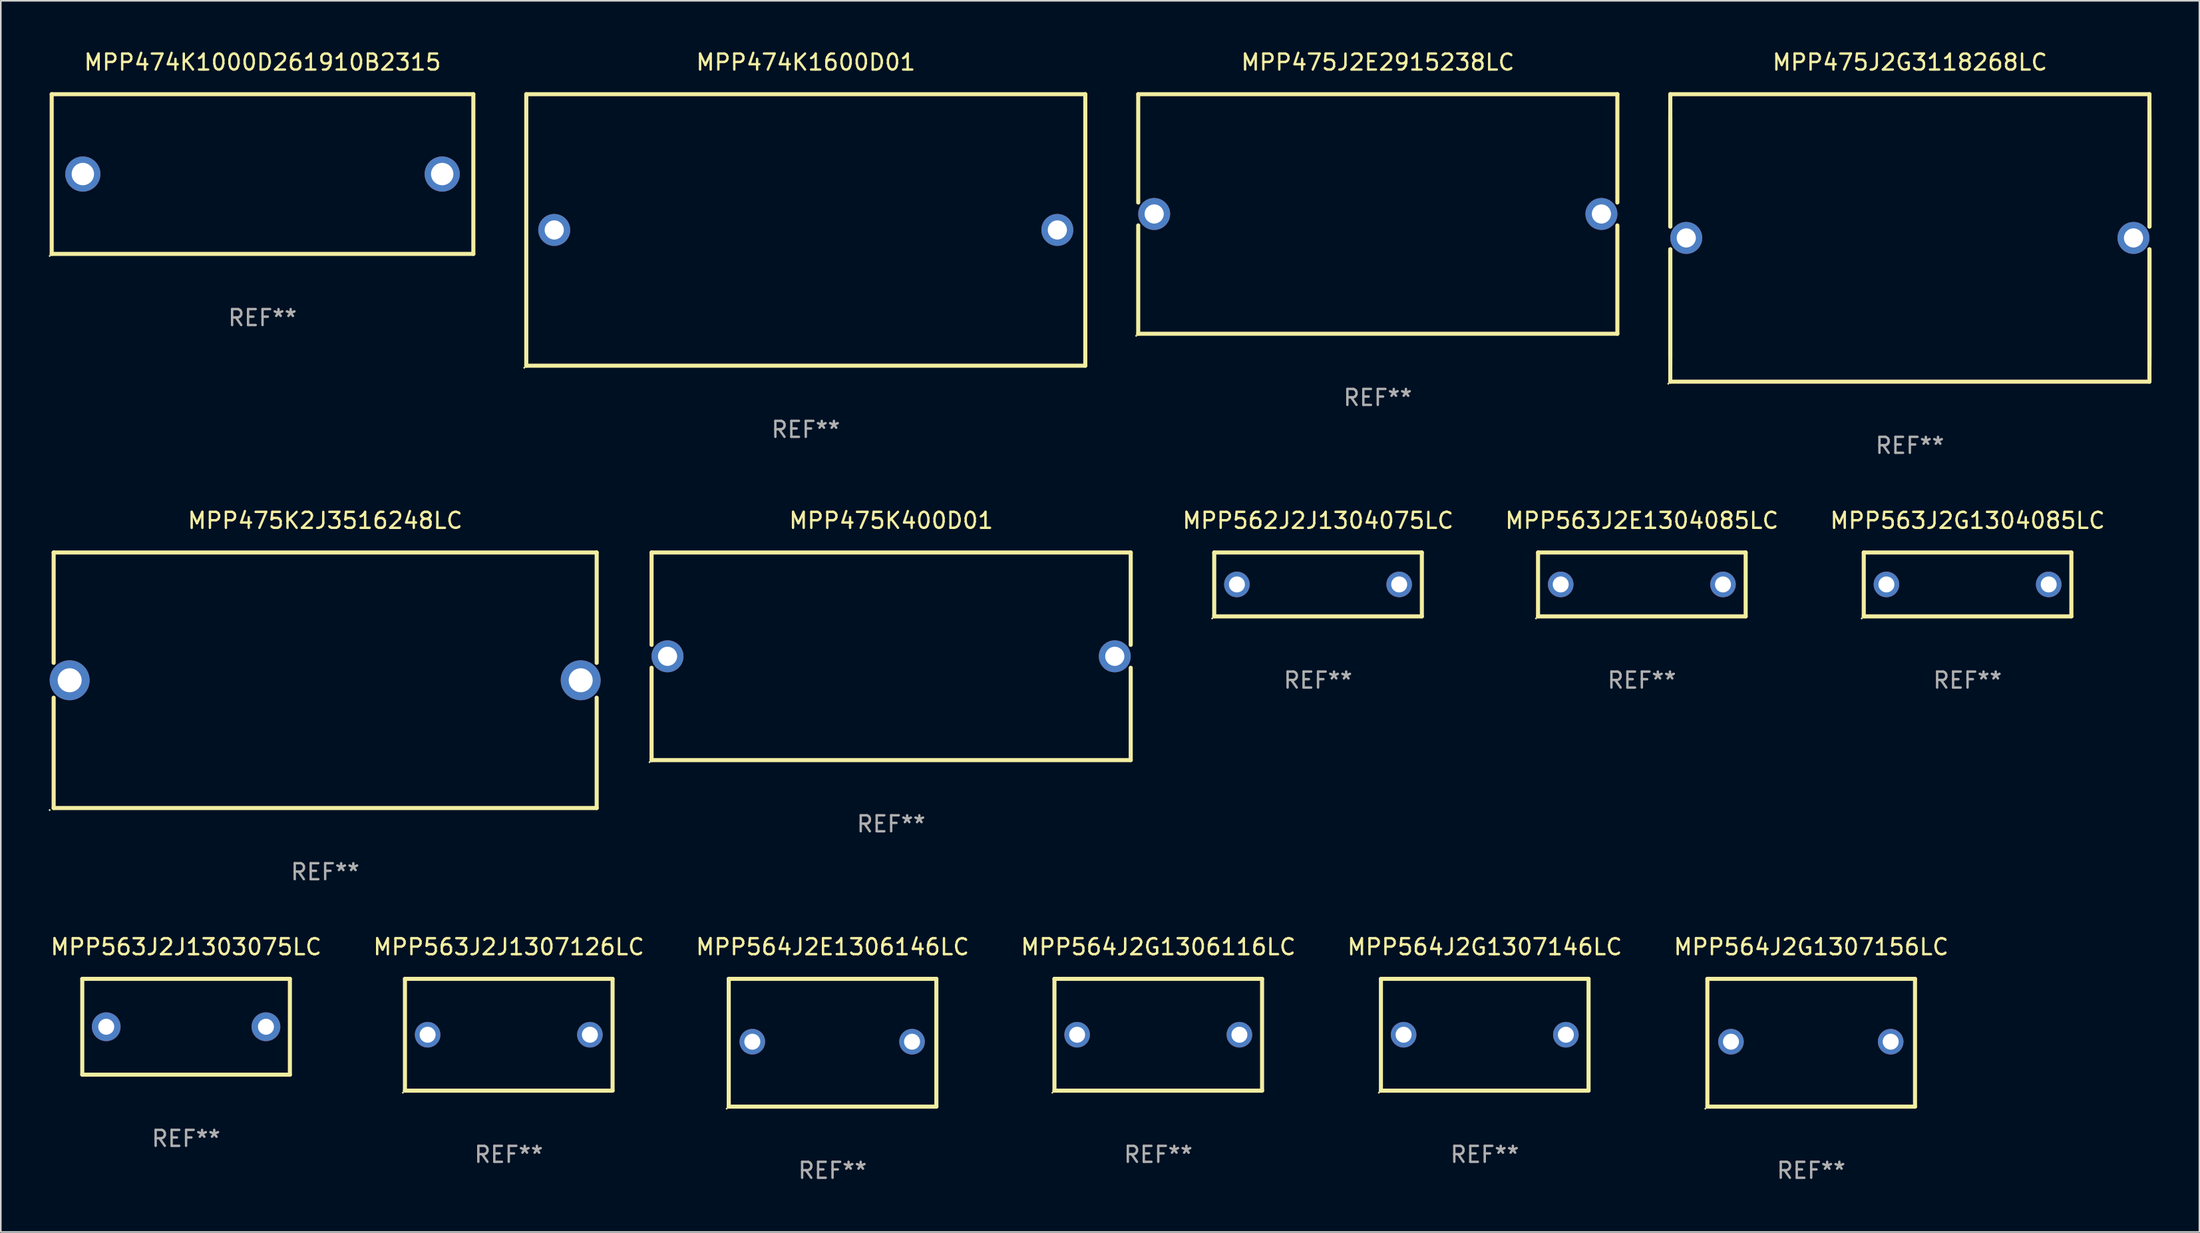
<source format=kicad_pcb>
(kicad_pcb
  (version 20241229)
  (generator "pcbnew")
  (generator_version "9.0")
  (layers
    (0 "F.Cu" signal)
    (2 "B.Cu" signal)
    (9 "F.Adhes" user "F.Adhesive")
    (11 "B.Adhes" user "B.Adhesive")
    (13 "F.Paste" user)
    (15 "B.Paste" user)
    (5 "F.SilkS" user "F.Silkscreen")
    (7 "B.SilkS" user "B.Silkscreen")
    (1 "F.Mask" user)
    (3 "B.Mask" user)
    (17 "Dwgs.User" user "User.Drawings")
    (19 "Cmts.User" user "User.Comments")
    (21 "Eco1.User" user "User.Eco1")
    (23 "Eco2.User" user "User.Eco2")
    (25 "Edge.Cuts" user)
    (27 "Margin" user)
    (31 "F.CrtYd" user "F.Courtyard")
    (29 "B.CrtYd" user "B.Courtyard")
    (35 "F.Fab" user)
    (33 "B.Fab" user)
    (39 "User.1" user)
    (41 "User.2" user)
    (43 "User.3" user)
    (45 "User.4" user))
  (footprint "MPP564J2G1307146LC"
    (layer "F.Cu")
    (at 89.911 61.741)
    (property "Reference" "MPP564J2G1307146LC" (at 0 -5.5 0) (layer "F.SilkS") (effects (font (size 1 1) (thickness 0.15))))
    (attr through_hole)
    (fp_line (start -6.5 -3.5) (end 6.5 -3.5) (stroke (width 0.254) (type solid)) (layer "F.SilkS"))
    (fp_line (start -6.5 3.5) (end -6.5 -3.5) (stroke (width 0.254) (type solid)) (layer "F.SilkS"))
    (fp_line (start 6.5 -3.5) (end 6.5 3.5) (stroke (width 0.254) (type solid)) (layer "F.SilkS"))
    (fp_line (start 6.5 3.5) (end -6.5 3.5) (stroke (width 0.254) (type solid)) (layer "F.SilkS"))
    (fp_circle (center -6.627 3.627) (end -6.597 3.627) (stroke (width 0.06) (type solid)) (fill no) (layer "F.SilkS"))
    (fp_text user "REF**" (at 0 7.5 0) (layer "F.Fab") (effects (font (size 1 1) (thickness 0.15))))
    (pad "1" thru_hole circle (at -5.08 -0.000127) (size 1.6 1.6) (drill 1) (layers "*.Cu" "*.Mask"))
    (pad "2" thru_hole circle (at 5.08 -0.000127) (size 1.6 1.6) (drill 1) (layers "*.Cu" "*.Mask")))
  (footprint "MPP563J2E1304085LC"
    (layer "F.Cu")
    (at 99.748 33.545)
    (property "Reference" "MPP563J2E1304085LC" (at 0 -4 0) (layer "F.SilkS") (effects (font (size 1 1) (thickness 0.15))))
    (attr through_hole)
    (fp_line (start -6.5 -2) (end 6.5 -2) (stroke (width 0.254) (type solid)) (layer "F.SilkS"))
    (fp_line (start -6.5 2) (end -6.5 -2) (stroke (width 0.254) (type solid)) (layer "F.SilkS"))
    (fp_line (start 6.5 -2) (end 6.5 2) (stroke (width 0.254) (type solid)) (layer "F.SilkS"))
    (fp_line (start 6.5 2) (end -6.5 2) (stroke (width 0.254) (type solid)) (layer "F.SilkS"))
    (fp_circle (center -6.627 2.127) (end -6.597 2.127) (stroke (width 0.06) (type solid)) (fill no) (layer "F.SilkS"))
    (fp_text user "REF**" (at 0 6 0) (layer "F.Fab") (effects (font (size 1 1) (thickness 0.15))))
    (pad "1" thru_hole circle (at -5.08 0) (size 1.6 1.6) (drill 1) (layers "*.Cu" "*.Mask"))
    (pad "2" thru_hole circle (at 5.08 0) (size 1.6 1.6) (drill 1) (layers "*.Cu" "*.Mask")))
  (footprint "MPP564J2E1306146LC"
    (layer "F.Cu")
    (at 49.077 62.241)
    (property "Reference" "MPP564J2E1306146LC" (at 0 -6 0) (layer "F.SilkS") (effects (font (size 1 1) (thickness 0.15))))
    (attr through_hole)
    (fp_line (start -6.5 -4) (end 6.5 -4) (stroke (width 0.254) (type solid)) (layer "F.SilkS"))
    (fp_line (start -6.5 4) (end -6.5 -4) (stroke (width 0.254) (type solid)) (layer "F.SilkS"))
    (fp_line (start -6.5 4) (end 6.5 4) (stroke (width 0.254) (type solid)) (layer "F.SilkS"))
    (fp_line (start 6.5 -4) (end 6.5 4) (stroke (width 0.254) (type solid)) (layer "F.SilkS"))
    (fp_circle (center -6.627 4.127) (end -6.597 4.127) (stroke (width 0.06) (type solid)) (fill no) (layer "F.SilkS"))
    (fp_text user "REF**" (at 0 8 0) (layer "F.Fab") (effects (font (size 1 1) (thickness 0.15))))
    (pad "1" thru_hole circle (at -5.023 -0.064) (size 1.6 1.6) (drill 1) (layers "*.Cu" "*.Mask"))
    (pad "2" thru_hole circle (at 4.977 -0.064) (size 1.6 1.6) (drill 1) (layers "*.Cu" "*.Mask")))
  (footprint "MPP475K400D01"
    (layer "F.Cu")
    (at 52.746 38.045)
    (property "Reference" "MPP475K400D01" (at 0 -8.5 0) (layer "F.SilkS") (effects (font (size 1 1) (thickness 0.15))))
    (attr through_hole)
    (fp_line (start -15 -6.5) (end -15 -0.717) (stroke (width 0.254) (type solid)) (layer "F.SilkS"))
    (fp_line (start -15 -6.5) (end 15 -6.5) (stroke (width 0.254) (type solid)) (layer "F.SilkS"))
    (fp_line (start -15 0.717) (end -15 6.5) (stroke (width 0.254) (type solid)) (layer "F.SilkS"))
    (fp_line (start 15 -6.5) (end 15 -0.717) (stroke (width 0.254) (type solid)) (layer "F.SilkS"))
    (fp_line (start 15 0.717) (end 15 6.5) (stroke (width 0.254) (type solid)) (layer "F.SilkS"))
    (fp_line (start 15 6.5) (end -15 6.5) (stroke (width 0.254) (type solid)) (layer "F.SilkS"))
    (fp_circle (center -15.127 6.627) (end -15.097 6.627) (stroke (width 0.06) (type solid)) (fill no) (layer "F.SilkS"))
    (fp_text user "REF**" (at 0 10.5 0) (layer "F.Fab") (effects (font (size 1 1) (thickness 0.15))))
    (pad "1" thru_hole circle (at -14.001 0) (size 2 2) (drill 1.2) (layers "*.Cu" "*.Mask"))
    (pad "2" thru_hole circle (at 14.001 0) (size 2 2) (drill 1.2) (layers "*.Cu" "*.Mask")))
  (footprint "MPP564J2G1306116LC"
    (layer "F.Cu")
    (at 69.47 61.741)
    (property "Reference" "MPP564J2G1306116LC" (at 0 -5.5 0) (layer "F.SilkS") (effects (font (size 1 1) (thickness 0.15))))
    (attr through_hole)
    (fp_line (start -6.5 -3.5) (end 6.5 -3.5) (stroke (width 0.254) (type solid)) (layer "F.SilkS"))
    (fp_line (start -6.5 3.5) (end -6.5 -3.5) (stroke (width 0.254) (type solid)) (layer "F.SilkS"))
    (fp_line (start 6.5 -3.5) (end 6.5 3.5) (stroke (width 0.254) (type solid)) (layer "F.SilkS"))
    (fp_line (start 6.5 3.5) (end -6.5 3.5) (stroke (width 0.254) (type solid)) (layer "F.SilkS"))
    (fp_circle (center -6.627 3.627) (end -6.597 3.627) (stroke (width 0.06) (type solid)) (fill no) (layer "F.SilkS"))
    (fp_text user "REF**" (at 0 7.5 0) (layer "F.Fab") (effects (font (size 1 1) (thickness 0.15))))
    (pad "1" thru_hole circle (at -5.08 -0.000127) (size 1.6 1.6) (drill 1) (layers "*.Cu" "*.Mask"))
    (pad "2" thru_hole circle (at 5.08 -0.000127) (size 1.6 1.6) (drill 1) (layers "*.Cu" "*.Mask")))
  (footprint "MPP475K2J3516248LC"
    (layer "F.Cu")
    (at 17.309 39.545)
    (property "Reference" "MPP475K2J3516248LC" (at 0 -10 0) (layer "F.SilkS") (effects (font (size 1 1) (thickness 0.15))))
    (attr through_hole)
    (fp_line (start -17 -8) (end -17 -1.091) (stroke (width 0.254) (type solid)) (layer "F.SilkS"))
    (fp_line (start -17 -8) (end 17 -8) (stroke (width 0.254) (type solid)) (layer "F.SilkS"))
    (fp_line (start -17 1.091) (end -17 8) (stroke (width 0.254) (type solid)) (layer "F.SilkS"))
    (fp_line (start 17 -8) (end 17 -1.091) (stroke (width 0.254) (type solid)) (layer "F.SilkS"))
    (fp_line (start 17 1.091) (end 17 8) (stroke (width 0.254) (type solid)) (layer "F.SilkS"))
    (fp_line (start 17 8) (end -17 8) (stroke (width 0.254) (type solid)) (layer "F.SilkS"))
    (fp_circle (center -17.249 8.127) (end -17.219 8.127) (stroke (width 0.06) (type solid)) (fill no) (layer "F.SilkS"))
    (fp_text user "REF**" (at 0 12 0) (layer "F.Fab") (effects (font (size 1 1) (thickness 0.15))))
    (pad "1" thru_hole circle (at -15.999 0) (size 2.5 2.5) (drill 1.5) (layers "*.Cu" "*.Mask"))
    (pad "2" thru_hole circle (at 15.999 0) (size 2.5 2.5) (drill 1.5) (layers "*.Cu" "*.Mask")))
  (footprint "MPP475J2G3118268LC"
    (layer "F.Cu")
    (at 116.529 11.848)
    (property "Reference" "MPP475J2G3118268LC" (at 0 -11 0) (layer "F.SilkS") (effects (font (size 1 1) (thickness 0.15))))
    (attr through_hole)
    (fp_line (start -15 -9) (end -15 -0.717) (stroke (width 0.254) (type solid)) (layer "F.SilkS"))
    (fp_line (start -15 -9) (end 15 -9) (stroke (width 0.254) (type solid)) (layer "F.SilkS"))
    (fp_line (start -15 -8) (end -15 -0.717) (stroke (width 0.254) (type solid)) (layer "F.SilkS"))
    (fp_line (start -15 -7.5) (end -15 -0.717) (stroke (width 0.254) (type solid)) (layer "F.SilkS"))
    (fp_line (start -15 0.717) (end -15 7.5) (stroke (width 0.254) (type solid)) (layer "F.SilkS"))
    (fp_line (start -15 0.717) (end -15 8) (stroke (width 0.254) (type solid)) (layer "F.SilkS"))
    (fp_line (start -15 0.717) (end -15 9) (stroke (width 0.254) (type solid)) (layer "F.SilkS"))
    (fp_line (start 15 -9) (end 15 -0.717) (stroke (width 0.254) (type solid)) (layer "F.SilkS"))
    (fp_line (start 15 -8) (end 15 -0.717) (stroke (width 0.254) (type solid)) (layer "F.SilkS"))
    (fp_line (start 15 -7.5) (end 15 -0.717) (stroke (width 0.254) (type solid)) (layer "F.SilkS"))
    (fp_line (start 15 0.717) (end 15 7.5) (stroke (width 0.254) (type solid)) (layer "F.SilkS"))
    (fp_line (start 15 0.717) (end 15 8) (stroke (width 0.254) (type solid)) (layer "F.SilkS"))
    (fp_line (start 15 0.717) (end 15 9) (stroke (width 0.254) (type solid)) (layer "F.SilkS"))
    (fp_line (start 15 9) (end -15 9) (stroke (width 0.254) (type solid)) (layer "F.SilkS"))
    (fp_circle (center -15.127 9.127) (end -15.097 9.127) (stroke (width 0.06) (type solid)) (fill no) (layer "F.SilkS"))
    (fp_text user "REF**" (at 0 13 0) (layer "F.Fab") (effects (font (size 1 1) (thickness 0.15))))
    (pad "1" thru_hole circle (at -14.001 0) (size 2 2) (drill 1.2) (layers "*.Cu" "*.Mask"))
    (pad "2" thru_hole circle (at 14.001 0) (size 2 2) (drill 1.2) (layers "*.Cu" "*.Mask")))
  (footprint "MPP563J2J1303075LC"
    (layer "F.Cu")
    (at 8.601 61.241)
    (property "Reference" "MPP563J2J1303075LC" (at 0 -5 0) (layer "F.SilkS") (effects (font (size 1 1) (thickness 0.15))))
    (attr through_hole)
    (fp_line (start -6.5 -3) (end 6.5 -3) (stroke (width 0.254) (type solid)) (layer "F.SilkS"))
    (fp_line (start -6.5 3) (end -6.5 -3) (stroke (width 0.254) (type solid)) (layer "F.SilkS"))
    (fp_line (start 6.5 -3) (end 6.5 3) (stroke (width 0.254) (type solid)) (layer "F.SilkS"))
    (fp_line (start 6.5 3) (end -6.5 3) (stroke (width 0.254) (type solid)) (layer "F.SilkS"))
    (fp_circle (center -6.5 3) (end -6.47 3) (stroke (width 0.06) (type solid)) (fill no) (layer "F.SilkS"))
    (fp_text user "REF**" (at 0 7 0) (layer "F.Fab") (effects (font (size 1 1) (thickness 0.15))))
    (pad "1" thru_hole circle (at -5 0) (size 1.8 1.8) (drill 1) (layers "*.Cu" "*.Mask"))
    (pad "2" thru_hole circle (at 5 0) (size 1.8 1.8) (drill 1) (layers "*.Cu" "*.Mask")))
  (footprint "MPP562J2J1304075LC"
    (layer "F.Cu")
    (at 79.474 33.545)
    (property "Reference" "MPP562J2J1304075LC" (at 0 -4 0) (layer "F.SilkS") (effects (font (size 1 1) (thickness 0.15))))
    (attr through_hole)
    (fp_line (start -6.5 -2) (end 6.5 -2) (stroke (width 0.254) (type solid)) (layer "F.SilkS"))
    (fp_line (start -6.5 2) (end -6.5 -2) (stroke (width 0.254) (type solid)) (layer "F.SilkS"))
    (fp_line (start 6.5 -2) (end 6.5 2) (stroke (width 0.254) (type solid)) (layer "F.SilkS"))
    (fp_line (start 6.5 2) (end -6.5 2) (stroke (width 0.254) (type solid)) (layer "F.SilkS"))
    (fp_circle (center -6.627 2.127) (end -6.597 2.127) (stroke (width 0.06) (type solid)) (fill no) (layer "F.SilkS"))
    (fp_text user "REF**" (at 0 6 0) (layer "F.Fab") (effects (font (size 1 1) (thickness 0.15))))
    (pad "1" thru_hole circle (at -5.08 0) (size 1.6 1.6) (drill 1) (layers "*.Cu" "*.Mask"))
    (pad "2" thru_hole circle (at 5.08 0) (size 1.6 1.6) (drill 1) (layers "*.Cu" "*.Mask")))
  (footprint "MPP474K1000D261910B2315"
    (layer "F.Cu")
    (at 13.387 7.848)
    (property "Reference" "MPP474K1000D261910B2315" (at 0 -7 0) (layer "F.SilkS") (effects (font (size 1 1) (thickness 0.15))))
    (attr through_hole)
    (fp_line (start -13.2 -5) (end 13.2 -5) (stroke (width 0.254) (type solid)) (layer "F.SilkS"))
    (fp_line (start -13.2 5) (end -13.2 -5) (stroke (width 0.254) (type solid)) (layer "F.SilkS"))
    (fp_line (start 13.2 -5) (end 13.2 5) (stroke (width 0.254) (type solid)) (layer "F.SilkS"))
    (fp_line (start 13.2 5) (end -13.2 5) (stroke (width 0.254) (type solid)) (layer "F.SilkS"))
    (fp_circle (center -13.327 5.127) (end -13.297 5.127) (stroke (width 0.06) (type solid)) (fill no) (layer "F.SilkS"))
    (fp_text user "REF**" (at 0 9 0) (layer "F.Fab") (effects (font (size 1 1) (thickness 0.15))))
    (pad "1" thru_hole circle (at -11.25 0) (size 2.2 2.2) (drill 1.4) (layers "*.Cu" "*.Mask"))
    (pad "2" thru_hole circle (at 11.25 0) (size 2.2 2.2) (drill 1.4) (layers "*.Cu" "*.Mask")))
  (footprint "MPP475J2E2915238LC"
    (layer "F.Cu")
    (at 83.215 10.348)
    (property "Reference" "MPP475J2E2915238LC" (at 0 -9.5 0) (layer "F.SilkS") (effects (font (size 1 1) (thickness 0.15))))
    (attr through_hole)
    (fp_line (start -15 -7.5) (end -15 -0.717) (stroke (width 0.254) (type solid)) (layer "F.SilkS"))
    (fp_line (start -15 -7.5) (end 15 -7.5) (stroke (width 0.254) (type solid)) (layer "F.SilkS"))
    (fp_line (start -15 0.717) (end -15 7.5) (stroke (width 0.254) (type solid)) (layer "F.SilkS"))
    (fp_line (start 15 -7.5) (end 15 -0.717) (stroke (width 0.254) (type solid)) (layer "F.SilkS"))
    (fp_line (start 15 0.717) (end 15 7.5) (stroke (width 0.254) (type solid)) (layer "F.SilkS"))
    (fp_line (start 15 7.5) (end -15 7.5) (stroke (width 0.254) (type solid)) (layer "F.SilkS"))
    (fp_circle (center -15.127 7.627) (end -15.097 7.627) (stroke (width 0.06) (type solid)) (fill no) (layer "F.SilkS"))
    (fp_text user "REF**" (at 0 11.5 0) (layer "F.Fab") (effects (font (size 1 1) (thickness 0.15))))
    (pad "1" thru_hole circle (at -14.001 0) (size 2 2) (drill 1.2) (layers "*.Cu" "*.Mask"))
    (pad "2" thru_hole circle (at 14.001 0) (size 2 2) (drill 1.2) (layers "*.Cu" "*.Mask")))
  (footprint "MPP474K1600D01"
    (layer "F.Cu")
    (at 47.401 11.348)
    (property "Reference" "MPP474K1600D01" (at 0 -10.5 0) (layer "F.SilkS") (effects (font (size 1 1) (thickness 0.15))))
    (attr through_hole)
    (fp_line (start -17.5 -8.5) (end -17.5 8.5) (stroke (width 0.254) (type solid)) (layer "F.SilkS"))
    (fp_line (start -17.5 -8.5) (end 17.5 -8.5) (stroke (width 0.254) (type solid)) (layer "F.SilkS"))
    (fp_line (start -17.5 8.5) (end 17.5 8.5) (stroke (width 0.254) (type solid)) (layer "F.SilkS"))
    (fp_line (start 17.5 -8.5) (end 17.5 8.5) (stroke (width 0.254) (type solid)) (layer "F.SilkS"))
    (fp_circle (center -17.627 8.627) (end -17.597 8.627) (stroke (width 0.06) (type solid)) (fill no) (layer "F.SilkS"))
    (fp_text user "REF**" (at 0 12.5 0) (layer "F.Fab") (effects (font (size 1 1) (thickness 0.15))))
    (pad "1" thru_hole circle (at -15.75 0) (size 2 2) (drill 1.2) (layers "*.Cu" "*.Mask"))
    (pad "2" thru_hole circle (at 15.75 0) (size 2 2) (drill 1.2) (layers "*.Cu" "*.Mask")))
  (footprint "MPP563J2J1307126LC"
    (layer "F.Cu")
    (at 28.804 61.741)
    (property "Reference" "MPP563J2J1307126LC" (at 0 -5.5 0) (layer "F.SilkS") (effects (font (size 1 1) (thickness 0.15))))
    (attr through_hole)
    (fp_line (start -6.5 -3.5) (end 6.5 -3.5) (stroke (width 0.254) (type solid)) (layer "F.SilkS"))
    (fp_line (start -6.5 3.5) (end -6.5 -3.5) (stroke (width 0.254) (type solid)) (layer "F.SilkS"))
    (fp_line (start 6.5 -3.5) (end 6.5 3.5) (stroke (width 0.254) (type solid)) (layer "F.SilkS"))
    (fp_line (start 6.5 3.5) (end -6.5 3.5) (stroke (width 0.254) (type solid)) (layer "F.SilkS"))
    (fp_circle (center -6.627 3.627) (end -6.597 3.627) (stroke (width 0.06) (type solid)) (fill no) (layer "F.SilkS"))
    (fp_text user "REF**" (at 0 7.5 0) (layer "F.Fab") (effects (font (size 1 1) (thickness 0.15))))
    (pad "1" thru_hole circle (at -5.08 -0.000127) (size 1.6 1.6) (drill 1) (layers "*.Cu" "*.Mask"))
    (pad "2" thru_hole circle (at 5.08 -0.000127) (size 1.6 1.6) (drill 1) (layers "*.Cu" "*.Mask")))
  (footprint "MPP563J2G1304085LC"
    (layer "F.Cu")
    (at 120.141 33.545)
    (property "Reference" "MPP563J2G1304085LC" (at 0 -4 0) (layer "F.SilkS") (effects (font (size 1 1) (thickness 0.15))))
    (attr through_hole)
    (fp_line (start -6.5 -2) (end 6.5 -2) (stroke (width 0.254) (type solid)) (layer "F.SilkS"))
    (fp_line (start -6.5 2) (end -6.5 -2) (stroke (width 0.254) (type solid)) (layer "F.SilkS"))
    (fp_line (start 6.5 -2) (end 6.5 2) (stroke (width 0.254) (type solid)) (layer "F.SilkS"))
    (fp_line (start 6.5 2) (end -6.5 2) (stroke (width 0.254) (type solid)) (layer "F.SilkS"))
    (fp_circle (center -6.627 2.127) (end -6.597 2.127) (stroke (width 0.06) (type solid)) (fill no) (layer "F.SilkS"))
    (fp_text user "REF**" (at 0 6 0) (layer "F.Fab") (effects (font (size 1 1) (thickness 0.15))))
    (pad "1" thru_hole circle (at -5.08 0) (size 1.6 1.6) (drill 1) (layers "*.Cu" "*.Mask"))
    (pad "2" thru_hole circle (at 5.08 0) (size 1.6 1.6) (drill 1) (layers "*.Cu" "*.Mask")))
  (footprint "MPP564J2G1307156LC"
    (layer "F.Cu")
    (at 110.351 62.241)
    (property "Reference" "MPP564J2G1307156LC" (at 0 -6 0) (layer "F.SilkS") (effects (font (size 1 1) (thickness 0.15))))
    (attr through_hole)
    (fp_line (start -6.5 -4) (end 6.5 -4) (stroke (width 0.254) (type solid)) (layer "F.SilkS"))
    (fp_line (start -6.5 4) (end -6.5 -4) (stroke (width 0.254) (type solid)) (layer "F.SilkS"))
    (fp_line (start -6.5 4) (end 6.5 4) (stroke (width 0.254) (type solid)) (layer "F.SilkS"))
    (fp_line (start 6.5 -4) (end 6.5 4) (stroke (width 0.254) (type solid)) (layer "F.SilkS"))
    (fp_circle (center -6.627 4.127) (end -6.597 4.127) (stroke (width 0.06) (type solid)) (fill no) (layer "F.SilkS"))
    (fp_text user "REF**" (at 0 8 0) (layer "F.Fab") (effects (font (size 1 1) (thickness 0.15))))
    (pad "1" thru_hole circle (at -5.023 -0.064) (size 1.6 1.6) (drill 1) (layers "*.Cu" "*.Mask"))
    (pad "2" thru_hole circle (at 4.977 -0.064) (size 1.6 1.6) (drill 1) (layers "*.Cu" "*.Mask")))
  (gr_rect
    (start -3 -3)
    (end 134.656 74.09)
    (stroke (width 0.1) (type default))
    (fill no)
    (layer "Edge.Cuts")))
</source>
